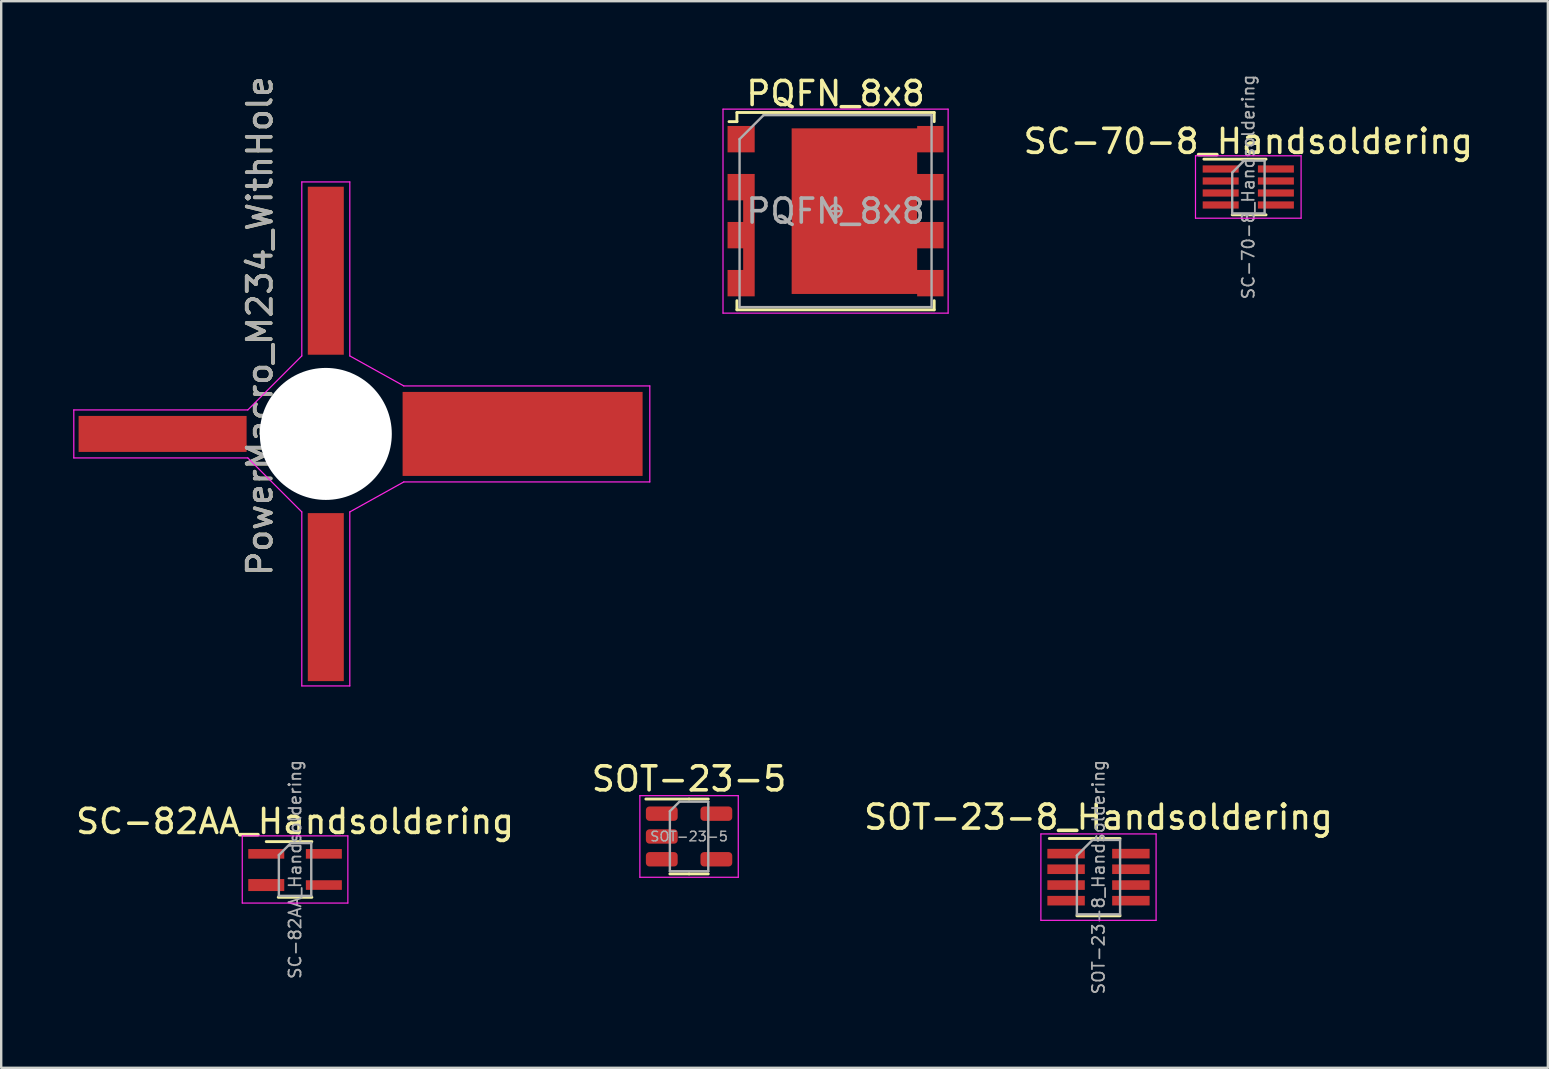
<source format=kicad_pcb>
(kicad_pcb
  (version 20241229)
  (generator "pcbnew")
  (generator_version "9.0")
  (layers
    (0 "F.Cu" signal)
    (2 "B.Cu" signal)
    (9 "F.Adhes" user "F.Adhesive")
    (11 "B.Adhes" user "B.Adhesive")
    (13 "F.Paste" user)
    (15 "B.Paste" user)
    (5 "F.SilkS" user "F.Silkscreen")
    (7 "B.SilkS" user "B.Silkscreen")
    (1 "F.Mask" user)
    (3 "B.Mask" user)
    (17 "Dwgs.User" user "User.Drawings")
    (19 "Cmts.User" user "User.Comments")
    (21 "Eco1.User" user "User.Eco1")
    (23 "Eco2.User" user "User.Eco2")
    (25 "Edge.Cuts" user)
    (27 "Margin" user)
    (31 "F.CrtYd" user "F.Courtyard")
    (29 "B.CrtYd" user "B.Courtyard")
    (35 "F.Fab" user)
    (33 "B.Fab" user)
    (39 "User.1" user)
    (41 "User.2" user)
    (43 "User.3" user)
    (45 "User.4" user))
  (footprint "PQFN_8x8"
    (layer "F.Cu")
    (at 31.765 5.748)
    (property "Reference" "PQFN_8x8" (at 0 -4.9 0) (layer "F.SilkS") (effects (font (size 1 1) (thickness 0.15))))
    (attr smd)
    (fp_line (start -4.11 -3.73) (end -4.44 -3.73) (stroke (width 0.12) (type solid)) (layer "F.SilkS"))
    (fp_line (start -4.11 -3.73) (end -4.11 -4.11) (stroke (width 0.12) (type solid)) (layer "F.SilkS"))
    (fp_line (start -4.11 3.73) (end -4.11 4.11) (stroke (width 0.12) (type solid)) (layer "F.SilkS"))
    (fp_line (start 4.11 -4.11) (end -4.11 -4.11) (stroke (width 0.12) (type solid)) (layer "F.SilkS"))
    (fp_line (start 4.11 -3.73) (end 4.11 -4.11) (stroke (width 0.12) (type solid)) (layer "F.SilkS"))
    (fp_line (start 4.11 3.73) (end 4.11 4.11) (stroke (width 0.12) (type solid)) (layer "F.SilkS"))
    (fp_line (start 4.11 4.11) (end -4.11 4.11) (stroke (width 0.12) (type solid)) (layer "F.SilkS"))
    (fp_line (start -4.69 -4.25) (end 4.69 -4.25) (stroke (width 0.05) (type solid)) (layer "F.CrtYd"))
    (fp_line (start -4.69 4.25) (end -4.69 -4.25) (stroke (width 0.05) (type solid)) (layer "F.CrtYd"))
    (fp_line (start 4.69 -4.25) (end 4.69 4.25) (stroke (width 0.05) (type solid)) (layer "F.CrtYd"))
    (fp_line (start 4.69 4.25) (end -4.69 4.25) (stroke (width 0.05) (type solid)) (layer "F.CrtYd"))
    (fp_line (start -4 4) (end -4 -3) (stroke (width 0.1) (type solid)) (layer "F.Fab"))
    (fp_line (start -3 -4) (end -4 -3) (stroke (width 0.1) (type solid)) (layer "F.Fab"))
    (fp_line (start -3 -4) (end 4 -4) (stroke (width 0.1) (type solid)) (layer "F.Fab"))
    (fp_line (start 0 0.25) (end 0 -0.25) (stroke (width 0.1) (type solid)) (layer "F.Fab"))
    (fp_line (start 0.25 0) (end -0.25 0) (stroke (width 0.1) (type solid)) (layer "F.Fab"))
    (fp_line (start 4 -4) (end 4 4) (stroke (width 0.1) (type solid)) (layer "F.Fab"))
    (fp_line (start 4 4) (end -4 4) (stroke (width 0.1) (type solid)) (layer "F.Fab"))
    (fp_circle (center 0 0) (end 0 0.25) (stroke (width 0.1) (type solid)) (fill no) (layer "F.Fab"))
    (fp_text user "${REFERENCE}" (at 0 0 0) (layer "F.Fab") (effects (font (size 1 1) (thickness 0.15))))
    (pad "" smd rect (at -0.5 -2.25 270) (size 1.5 1.5) (layers "F.Paste"))
    (pad "" smd rect (at -0.5 0 270) (size 1.5 1.5) (layers "F.Paste"))
    (pad "" smd rect (at -0.5 2.25 270) (size 1.5 1.5) (layers "F.Paste"))
    (pad "" smd rect (at 2 -2.25 270) (size 1.5 1.5) (layers "F.Paste"))
    (pad "" smd rect (at 2 0 270) (size 1.5 1.5) (layers "F.Paste"))
    (pad "" smd rect (at 2 2.25 270) (size 1.5 1.5) (layers "F.Paste"))
    (pad "1" smd rect (at -3.935 -3) (size 1.13 1.1) (layers "F.Cu" "F.Mask" "F.Paste"))
    (pad "2" smd custom (at -3.61 1) (size 0.48 5.1) (layers "F.Cu" "F.Mask" "F.Paste") (options (anchor rect)) (primitives (gr_poly (pts (xy -0.24 -1.45) (xy -0.89 -1.45) (xy -0.89 -2.55) (xy -0.24 -2.55)) (width 0) (fill yes)) (gr_poly (pts (xy -0.24 0.55) (xy -0.89 0.55) (xy -0.89 -0.55) (xy -0.24 -0.55)) (width 0) (fill yes)) (gr_poly (pts (xy -0.24 2.55) (xy -0.89 2.55) (xy -0.89 1.45) (xy -0.24 1.45)) (width 0) (fill yes))))
    (pad "3" smd custom (at 0.785 0) (size 5.23 6.9) (layers "F.Cu" "F.Mask") (options (anchor rect)) (primitives (gr_poly (pts (xy 3.715 -2.45) (xy 2.615 -2.45) (xy 2.615 -3.55) (xy 3.715 -3.55)) (width 0) (fill yes)) (gr_poly (pts (xy 3.715 -0.45) (xy 2.615 -0.45) (xy 2.615 -1.55) (xy 3.715 -1.55)) (width 0) (fill yes)) (gr_poly (pts (xy 3.715 1.55) (xy 2.615 1.55) (xy 2.615 0.45) (xy 3.715 0.45)) (width 0) (fill yes)) (gr_poly (pts (xy 3.715 3.55) (xy 2.615 3.55) (xy 2.615 2.45) (xy 3.715 2.45)) (width 0) (fill yes)))))
  (footprint "PowerMacro_M234_WithHole"
    (layer "F.Cu")
    (at 11.225 15.03)
    (property "Reference" "PowerMacro_M234_WithHole" (at -3.45 -4.5 90) (layer "F.SilkS") (effects (font (size 1 1) (thickness 0.15))))
    (attr smd)
    (fp_line (start -11.2 -1) (end -11.2 1) (stroke (width 0.05) (type solid)) (layer "F.CrtYd"))
    (fp_line (start -11.2 1) (end -3.95 1) (stroke (width 0.05) (type solid)) (layer "F.CrtYd"))
    (fp_line (start -3.95 -1) (end -11.2 -1) (stroke (width 0.05) (type solid)) (layer "F.CrtYd"))
    (fp_line (start -3.95 1) (end -1.7 3.25) (stroke (width 0.05) (type solid)) (layer "F.CrtYd"))
    (fp_line (start -1.7 -10.5) (end -1.7 -3.25) (stroke (width 0.05) (type solid)) (layer "F.CrtYd"))
    (fp_line (start -1.7 -3.25) (end -3.95 -1) (stroke (width 0.05) (type solid)) (layer "F.CrtYd"))
    (fp_line (start -1.7 3.25) (end -1.7 10.5) (stroke (width 0.05) (type solid)) (layer "F.CrtYd"))
    (fp_line (start -1.7 10.5) (end 0.3 10.5) (stroke (width 0.05) (type solid)) (layer "F.CrtYd"))
    (fp_line (start 0.3 -10.5) (end -1.7 -10.5) (stroke (width 0.05) (type solid)) (layer "F.CrtYd"))
    (fp_line (start 0.3 -3.25) (end 0.3 -10.5) (stroke (width 0.05) (type solid)) (layer "F.CrtYd"))
    (fp_line (start 0.3 3.25) (end 2.55 2) (stroke (width 0.05) (type solid)) (layer "F.CrtYd"))
    (fp_line (start 0.3 10.5) (end 0.3 3.25) (stroke (width 0.05) (type solid)) (layer "F.CrtYd"))
    (fp_line (start 2.55 -2) (end 0.3 -3.25) (stroke (width 0.05) (type solid)) (layer "F.CrtYd"))
    (fp_line (start 2.55 2) (end 12.8 2) (stroke (width 0.05) (type solid)) (layer "F.CrtYd"))
    (fp_line (start 12.8 -2) (end 2.55 -2) (stroke (width 0.05) (type solid)) (layer "F.CrtYd"))
    (fp_line (start 12.8 2) (end 12.8 -2) (stroke (width 0.05) (type solid)) (layer "F.CrtYd"))
    (fp_circle (center -0.7 0) (end -0.7 -2.55) (stroke (width 0.1) (type solid)) (fill no) (layer "F.Fab"))
    (fp_text user "${REFERENCE}" (at -3.45 -4.5 90) (layer "F.Fab") (effects (font (size 1 1) (thickness 0.15))))
    (pad "" np_thru_hole circle (at -0.7 0 90) (size 5.5 5.5) (drill 5.5) (layers "*.Cu" "*.Mask"))
    (pad "1" smd rect (at -7.5 0 90) (size 1.5 7) (layers "F.Cu" "F.Mask" "F.Paste"))
    (pad "2" smd rect (at -0.7 6.8 90) (size 7 1.5) (layers "F.Cu" "F.Mask" "F.Paste"))
    (pad "3" smd rect (at 7.5 0 90) (size 3.5 10) (layers "F.Cu" "F.Mask" "F.Paste"))
    (pad "4" smd rect (at -0.7 -6.8 90) (size 7 1.5) (layers "F.Cu" "F.Mask" "F.Paste")))
  (footprint "SOT-23-8_Handsoldering"
    (layer "F.Cu")
    (at 42.72 33.498)
    (property "Reference" "SOT-23-8_Handsoldering" (at 0 -2.5 0) (layer "F.SilkS") (effects (font (size 1 1) (thickness 0.15))))
    (attr smd)
    (fp_line (start -0.9 1.61) (end 0.9 1.61) (stroke (width 0.12) (type solid)) (layer "F.SilkS"))
    (fp_line (start 0.9 -1.61) (end -2.05 -1.61) (stroke (width 0.12) (type solid)) (layer "F.SilkS"))
    (fp_line (start -2.4 -1.8) (end 2.4 -1.8) (stroke (width 0.05) (type solid)) (layer "F.CrtYd"))
    (fp_line (start -2.4 1.8) (end -2.4 -1.8) (stroke (width 0.05) (type solid)) (layer "F.CrtYd"))
    (fp_line (start 2.4 -1.8) (end 2.4 1.8) (stroke (width 0.05) (type solid)) (layer "F.CrtYd"))
    (fp_line (start 2.4 1.8) (end -2.4 1.8) (stroke (width 0.05) (type solid)) (layer "F.CrtYd"))
    (fp_line (start -0.9 -0.9) (end -0.9 1.55) (stroke (width 0.1) (type solid)) (layer "F.Fab"))
    (fp_line (start -0.9 -0.9) (end -0.25 -1.55) (stroke (width 0.1) (type solid)) (layer "F.Fab"))
    (fp_line (start 0.9 -1.55) (end -0.25 -1.55) (stroke (width 0.1) (type solid)) (layer "F.Fab"))
    (fp_line (start 0.9 -1.55) (end 0.9 1.55) (stroke (width 0.1) (type solid)) (layer "F.Fab"))
    (fp_line (start 0.9 1.55) (end -0.9 1.55) (stroke (width 0.1) (type solid)) (layer "F.Fab"))
    (fp_text user "${REFERENCE}" (at 0 0 90) (layer "F.Fab") (effects (font (size 0.5 0.5) (thickness 0.075))))
    (pad "1" smd rect (at -1.35 -0.98) (size 1.56 0.4) (layers "F.Cu" "F.Mask" "F.Paste"))
    (pad "2" smd rect (at -1.35 -0.33) (size 1.56 0.4) (layers "F.Cu" "F.Mask" "F.Paste"))
    (pad "3" smd rect (at -1.35 0.33) (size 1.56 0.4) (layers "F.Cu" "F.Mask" "F.Paste"))
    (pad "4" smd rect (at -1.35 0.98) (size 1.56 0.4) (layers "F.Cu" "F.Mask" "F.Paste"))
    (pad "5" smd rect (at 1.35 0.98) (size 1.56 0.4) (layers "F.Cu" "F.Mask" "F.Paste"))
    (pad "6" smd rect (at 1.35 0.33) (size 1.56 0.4) (layers "F.Cu" "F.Mask" "F.Paste"))
    (pad "7" smd rect (at 1.35 -0.33) (size 1.56 0.4) (layers "F.Cu" "F.Mask" "F.Paste"))
    (pad "8" smd rect (at 1.35 -0.98) (size 1.56 0.4) (layers "F.Cu" "F.Mask" "F.Paste")))
  (footprint "SOT-23-5"
    (layer "F.Cu")
    (at 25.661 31.803)
    (property "Reference" "SOT-23-5" (at 0 -2.4 0) (layer "F.SilkS") (effects (font (size 1 1) (thickness 0.15))))
    (attr smd)
    (fp_line (start 0 -1.56) (end -1.8 -1.56) (stroke (width 0.12) (type solid)) (layer "F.SilkS"))
    (fp_line (start 0 -1.56) (end 0.8 -1.56) (stroke (width 0.12) (type solid)) (layer "F.SilkS"))
    (fp_line (start 0 1.56) (end -0.8 1.56) (stroke (width 0.12) (type solid)) (layer "F.SilkS"))
    (fp_line (start 0 1.56) (end 0.8 1.56) (stroke (width 0.12) (type solid)) (layer "F.SilkS"))
    (fp_line (start -2.05 -1.7) (end -2.05 1.7) (stroke (width 0.05) (type solid)) (layer "F.CrtYd"))
    (fp_line (start -2.05 1.7) (end 2.05 1.7) (stroke (width 0.05) (type solid)) (layer "F.CrtYd"))
    (fp_line (start 2.05 -1.7) (end -2.05 -1.7) (stroke (width 0.05) (type solid)) (layer "F.CrtYd"))
    (fp_line (start 2.05 1.7) (end 2.05 -1.7) (stroke (width 0.05) (type solid)) (layer "F.CrtYd"))
    (fp_line (start -0.8 -1.05) (end -0.4 -1.45) (stroke (width 0.1) (type solid)) (layer "F.Fab"))
    (fp_line (start -0.8 1.45) (end -0.8 -1.05) (stroke (width 0.1) (type solid)) (layer "F.Fab"))
    (fp_line (start -0.4 -1.45) (end 0.8 -1.45) (stroke (width 0.1) (type solid)) (layer "F.Fab"))
    (fp_line (start 0.8 -1.45) (end 0.8 1.45) (stroke (width 0.1) (type solid)) (layer "F.Fab"))
    (fp_line (start 0.8 1.45) (end -0.8 1.45) (stroke (width 0.1) (type solid)) (layer "F.Fab"))
    (fp_text user "${REFERENCE}" (at 0 0 0) (layer "F.Fab") (effects (font (size 0.4 0.4) (thickness 0.06))))
    (pad "1" smd roundrect (at -1.137 -0.95) (size 1.325 0.6) (layers "F.Cu" "F.Mask" "F.Paste") (roundrect_rratio 0.25))
    (pad "2" smd roundrect (at -1.137 0) (size 1.325 0.6) (layers "F.Cu" "F.Mask" "F.Paste") (roundrect_rratio 0.25))
    (pad "3" smd roundrect (at -1.137 0.95) (size 1.325 0.6) (layers "F.Cu" "F.Mask" "F.Paste") (roundrect_rratio 0.25))
    (pad "4" smd roundrect (at 1.137 0.95) (size 1.325 0.6) (layers "F.Cu" "F.Mask" "F.Paste") (roundrect_rratio 0.25))
    (pad "5" smd roundrect (at 1.137 -0.95) (size 1.325 0.6) (layers "F.Cu" "F.Mask" "F.Paste") (roundrect_rratio 0.25)))
  (footprint "SC-82AA_Handsoldering"
    (layer "F.Cu")
    (at 9.244 33.177)
    (property "Reference" "SC-82AA_Handsoldering" (at 0 -2 0) (layer "F.SilkS") (effects (font (size 1 1) (thickness 0.15))))
    (attr smd)
    (fp_line (start -0.7 1.16) (end 0.7 1.16) (stroke (width 0.12) (type solid)) (layer "F.SilkS"))
    (fp_line (start 0.7 -1.16) (end -1.2 -1.16) (stroke (width 0.12) (type solid)) (layer "F.SilkS"))
    (fp_line (start -2.2 -1.4) (end -2.2 1.4) (stroke (width 0.05) (type solid)) (layer "F.CrtYd"))
    (fp_line (start -2.2 -1.4) (end 2.2 -1.4) (stroke (width 0.05) (type solid)) (layer "F.CrtYd"))
    (fp_line (start -2.2 1.4) (end 2.2 1.4) (stroke (width 0.05) (type solid)) (layer "F.CrtYd"))
    (fp_line (start 2.2 1.4) (end 2.2 -1.4) (stroke (width 0.05) (type solid)) (layer "F.CrtYd"))
    (fp_line (start -0.675 -0.6) (end -0.675 1.1) (stroke (width 0.1) (type solid)) (layer "F.Fab"))
    (fp_line (start -0.175 -1.1) (end -0.675 -0.6) (stroke (width 0.1) (type solid)) (layer "F.Fab"))
    (fp_line (start 0.675 -1.1) (end -0.175 -1.1) (stroke (width 0.1) (type solid)) (layer "F.Fab"))
    (fp_line (start 0.675 -1.1) (end 0.675 1.1) (stroke (width 0.1) (type solid)) (layer "F.Fab"))
    (fp_line (start 0.675 1.1) (end -0.675 1.1) (stroke (width 0.1) (type solid)) (layer "F.Fab"))
    (fp_text user "${REFERENCE}" (at 0 0 90) (layer "F.Fab") (effects (font (size 0.5 0.5) (thickness 0.075))))
    (pad "1" smd rect (at -1.2 -0.65) (size 1.5 0.4) (layers "F.Cu" "F.Mask" "F.Paste"))
    (pad "2" smd rect (at -1.2 0.65) (size 1.5 0.5) (layers "F.Cu" "F.Mask" "F.Paste"))
    (pad "3" smd rect (at 1.2 0.65) (size 1.5 0.4) (layers "F.Cu" "F.Mask" "F.Paste"))
    (pad "4" smd rect (at 1.2 -0.65) (size 1.5 0.4) (layers "F.Cu" "F.Mask" "F.Paste")))
  (footprint "SC-70-8_Handsoldering"
    (layer "F.Cu")
    (at 48.962 4.741)
    (property "Reference" "SC-70-8_Handsoldering" (at 0 -1.9 0) (layer "F.SilkS") (effects (font (size 1 1) (thickness 0.15))))
    (attr smd)
    (fp_line (start -0.67 1.16) (end 0.74 1.16) (stroke (width 0.12) (type solid)) (layer "F.SilkS"))
    (fp_line (start 0.74 -1.16) (end -1.85 -1.16) (stroke (width 0.12) (type solid)) (layer "F.SilkS"))
    (fp_line (start -2.2 -1.3) (end 2.2 -1.3) (stroke (width 0.05) (type solid)) (layer "F.CrtYd"))
    (fp_line (start -2.2 1.3) (end -2.2 -1.3) (stroke (width 0.05) (type solid)) (layer "F.CrtYd"))
    (fp_line (start 2.2 -1.3) (end 2.2 1.3) (stroke (width 0.05) (type solid)) (layer "F.CrtYd"))
    (fp_line (start 2.2 1.3) (end -2.2 1.3) (stroke (width 0.05) (type solid)) (layer "F.CrtYd"))
    (fp_line (start -0.67 -0.6) (end -0.67 1.1) (stroke (width 0.1) (type solid)) (layer "F.Fab"))
    (fp_line (start -0.17 -1.1) (end -0.67 -0.6) (stroke (width 0.1) (type solid)) (layer "F.Fab"))
    (fp_line (start 0.68 -1.1) (end -0.17 -1.1) (stroke (width 0.1) (type solid)) (layer "F.Fab"))
    (fp_line (start 0.68 -1.1) (end 0.68 1.1) (stroke (width 0.1) (type solid)) (layer "F.Fab"))
    (fp_line (start 0.68 1.1) (end -0.67 1.1) (stroke (width 0.1) (type solid)) (layer "F.Fab"))
    (fp_text user "${REFERENCE}" (at 0 0 90) (layer "F.Fab") (effects (font (size 0.5 0.5) (thickness 0.075))))
    (pad "1" smd rect (at -1.15 -0.75 270) (size 0.3 1.5) (layers "F.Cu" "F.Mask" "F.Paste"))
    (pad "2" smd rect (at -1.15 -0.25 270) (size 0.3 1.5) (layers "F.Cu" "F.Mask" "F.Paste"))
    (pad "3" smd rect (at -1.15 0.25 270) (size 0.3 1.5) (layers "F.Cu" "F.Mask" "F.Paste"))
    (pad "4" smd rect (at -1.15 0.75 270) (size 0.3 1.5) (layers "F.Cu" "F.Mask" "F.Paste"))
    (pad "5" smd rect (at 1.15 0.75 270) (size 0.3 1.5) (layers "F.Cu" "F.Mask" "F.Paste"))
    (pad "6" smd rect (at 1.15 0.25 270) (size 0.3 1.5) (layers "F.Cu" "F.Mask" "F.Paste"))
    (pad "7" smd rect (at 1.15 -0.25 270) (size 0.3 1.5) (layers "F.Cu" "F.Mask" "F.Paste"))
    (pad "8" smd rect (at 1.15 -0.75 270) (size 0.3 1.5) (layers "F.Cu" "F.Mask" "F.Paste")))
  (gr_rect
    (start -3 -3)
    (end 61.444 41.442)
    (stroke (width 0.1) (type default))
    (fill no)
    (layer "Edge.Cuts")))
</source>
